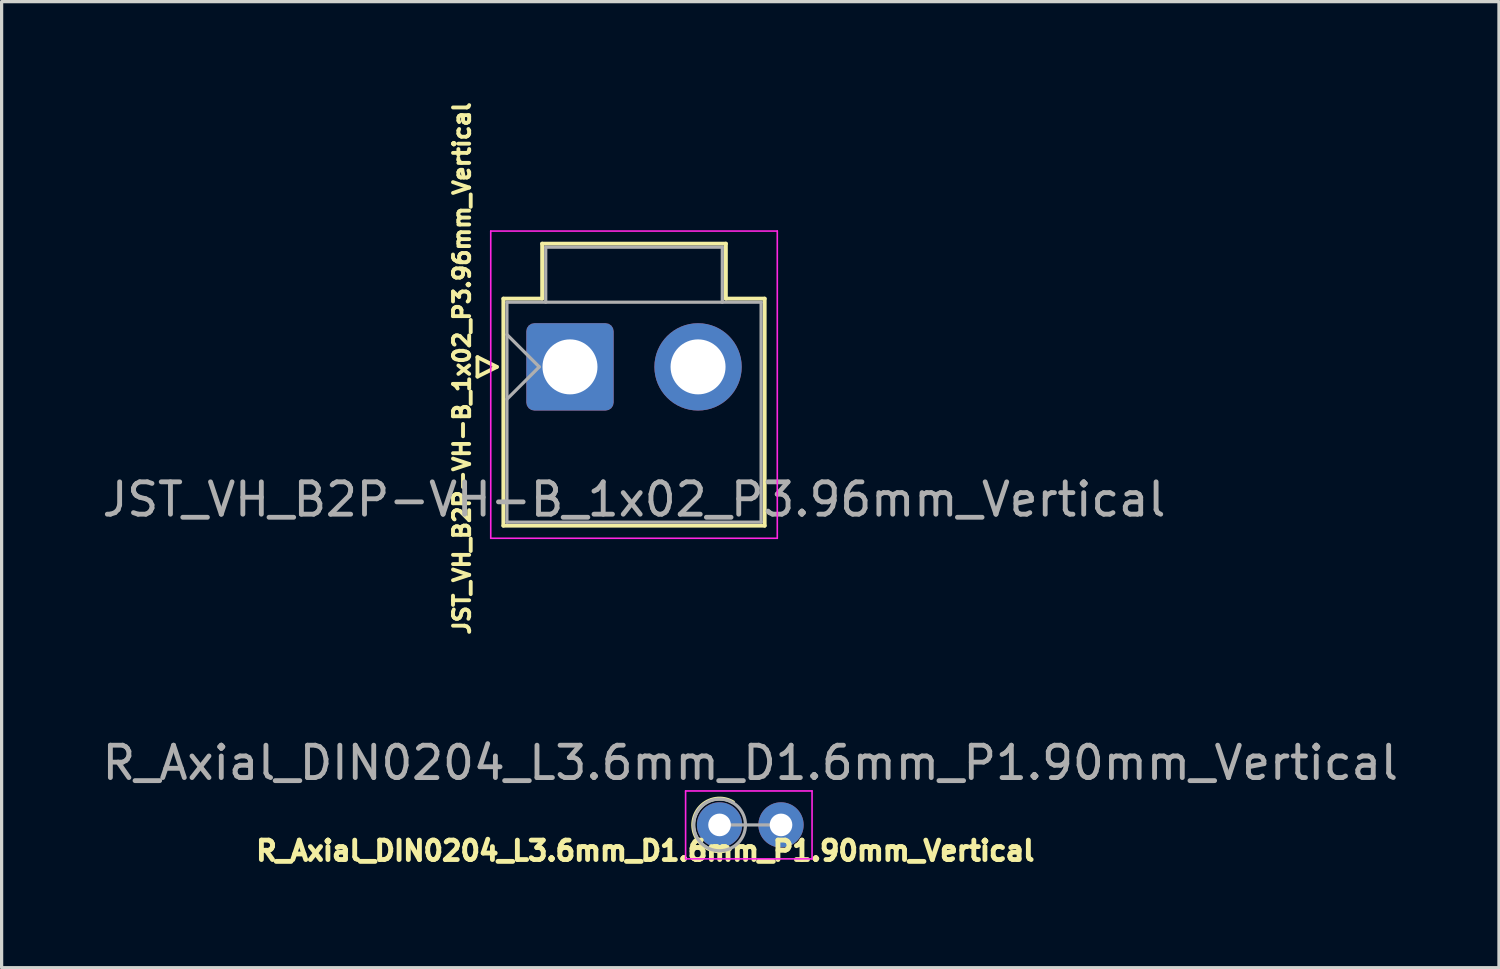
<source format=kicad_pcb>
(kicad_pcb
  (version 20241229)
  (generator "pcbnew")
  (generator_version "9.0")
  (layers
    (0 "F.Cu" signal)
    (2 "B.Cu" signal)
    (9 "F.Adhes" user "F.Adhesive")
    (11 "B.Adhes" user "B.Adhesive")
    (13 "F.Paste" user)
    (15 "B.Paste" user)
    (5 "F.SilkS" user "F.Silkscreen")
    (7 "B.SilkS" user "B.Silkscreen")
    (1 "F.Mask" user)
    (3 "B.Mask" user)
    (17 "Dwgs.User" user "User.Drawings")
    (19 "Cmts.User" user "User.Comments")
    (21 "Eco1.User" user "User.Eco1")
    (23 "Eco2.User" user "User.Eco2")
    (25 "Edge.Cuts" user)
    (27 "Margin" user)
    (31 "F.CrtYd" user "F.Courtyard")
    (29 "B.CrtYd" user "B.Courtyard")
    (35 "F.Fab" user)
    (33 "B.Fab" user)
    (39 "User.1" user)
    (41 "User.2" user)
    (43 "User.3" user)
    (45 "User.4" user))
  (footprint "R_Axial_DIN0204_L3.6mm_D1.6mm_P1.90mm_Vertical"
    (layer "F.Cu")
    (at 19.199 22.457)
    (property "Reference" "R_Axial_DIN0204_L3.6mm_D1.6mm_P1.90mm_Vertical" (at -2.295 0.8 0) (layer "F.SilkS") (effects (font (size 0.6 0.6) (thickness 0.15))))
    (attr through_hole)
    (fp_arc (start 0.320095 0.749359) (mid -0.813042 -0.054435) (end 0.417133 -0.7) (stroke (width 0.12) (type solid)) (layer "F.SilkS"))
    (fp_line (start -1.05 -1.05) (end -1.05 1.05) (stroke (width 0.05) (type solid)) (layer "F.CrtYd"))
    (fp_line (start -1.05 1.05) (end 2.86 1.05) (stroke (width 0.05) (type solid)) (layer "F.CrtYd"))
    (fp_line (start 2.86 -1.05) (end -1.05 -1.05) (stroke (width 0.05) (type solid)) (layer "F.CrtYd"))
    (fp_line (start 2.86 1.05) (end 2.86 -1.05) (stroke (width 0.05) (type solid)) (layer "F.CrtYd"))
    (fp_line (start 0 0) (end 1.9 0) (stroke (width 0.1) (type solid)) (layer "F.Fab"))
    (fp_circle (center 0 0) (end 0.8 0) (stroke (width 0.1) (type solid)) (fill no) (layer "F.Fab"))
    (fp_text user "${REFERENCE}" (at 0.95 -1.92 0) (layer "F.Fab") (effects (font (size 1 1) (thickness 0.15))))
    (pad "1" thru_hole circle (at 0 0) (size 1.4 1.4) (drill 0.7) (layers "*.Cu" "*.Mask"))
    (pad "2" thru_hole oval (at 1.9 0) (size 1.4 1.4) (drill 0.7) (layers "*.Cu" "*.Mask")))
  (footprint "JST_VH_B2P-VH-B_1x02_P3.96mm_Vertical"
    (layer "F.Cu")
    (at 14.574 8.294)
    (property "Reference" "JST_VH_B2P-VH-B_1x02_P3.96mm_Vertical" (at -3.342 0.05 90) (layer "F.SilkS") (effects (font (size 0.5 0.5) (thickness 0.12))))
    (attr through_hole)
    (fp_line (start -2.86 -0.3) (end -2.26 0) (stroke (width 0.12) (type solid)) (layer "F.SilkS"))
    (fp_line (start -2.86 0.3) (end -2.86 -0.3) (stroke (width 0.12) (type solid)) (layer "F.SilkS"))
    (fp_line (start -2.26 0) (end -2.86 0.3) (stroke (width 0.12) (type solid)) (layer "F.SilkS"))
    (fp_line (start -2.06 -2.11) (end -0.86 -2.11) (stroke (width 0.12) (type solid)) (layer "F.SilkS"))
    (fp_line (start -2.06 4.91) (end -2.06 -2.11) (stroke (width 0.12) (type solid)) (layer "F.SilkS"))
    (fp_line (start -0.86 -3.81) (end 4.82 -3.81) (stroke (width 0.12) (type solid)) (layer "F.SilkS"))
    (fp_line (start -0.86 -2.11) (end -0.86 -3.81) (stroke (width 0.12) (type solid)) (layer "F.SilkS"))
    (fp_line (start 4.82 -3.81) (end 4.82 -2.11) (stroke (width 0.12) (type solid)) (layer "F.SilkS"))
    (fp_line (start 4.82 -2.11) (end 6.02 -2.11) (stroke (width 0.12) (type solid)) (layer "F.SilkS"))
    (fp_line (start 6.02 -2.11) (end 6.02 4.91) (stroke (width 0.12) (type solid)) (layer "F.SilkS"))
    (fp_line (start 6.02 4.91) (end -2.06 4.91) (stroke (width 0.12) (type solid)) (layer "F.SilkS"))
    (fp_line (start -2.45 -4.2) (end -2.45 5.3) (stroke (width 0.05) (type solid)) (layer "F.CrtYd"))
    (fp_line (start -2.45 5.3) (end 6.41 5.3) (stroke (width 0.05) (type solid)) (layer "F.CrtYd"))
    (fp_line (start 6.41 -4.2) (end -2.45 -4.2) (stroke (width 0.05) (type solid)) (layer "F.CrtYd"))
    (fp_line (start 6.41 5.3) (end 6.41 -4.2) (stroke (width 0.05) (type solid)) (layer "F.CrtYd"))
    (fp_line (start -1.95 -2) (end -1.95 4.8) (stroke (width 0.1) (type solid)) (layer "F.Fab"))
    (fp_line (start -1.95 -1) (end -0.95 0) (stroke (width 0.1) (type solid)) (layer "F.Fab"))
    (fp_line (start -1.95 1) (end -0.95 0) (stroke (width 0.1) (type solid)) (layer "F.Fab"))
    (fp_line (start -1.95 4.8) (end 5.91 4.8) (stroke (width 0.1) (type solid)) (layer "F.Fab"))
    (fp_line (start -0.75 -3.7) (end 4.71 -3.7) (stroke (width 0.1) (type solid)) (layer "F.Fab"))
    (fp_line (start -0.75 -2) (end -0.75 -3.7) (stroke (width 0.1) (type solid)) (layer "F.Fab"))
    (fp_line (start 4.71 -3.7) (end 4.71 -2) (stroke (width 0.1) (type solid)) (layer "F.Fab"))
    (fp_line (start 5.91 -2) (end -1.95 -2) (stroke (width 0.1) (type solid)) (layer "F.Fab"))
    (fp_line (start 5.91 4.8) (end 5.91 -2) (stroke (width 0.1) (type solid)) (layer "F.Fab"))
    (fp_text user "${REFERENCE}" (at 1.98 4.1 180) (layer "F.Fab") (effects (font (size 1 1) (thickness 0.15))))
    (pad "1" thru_hole roundrect (at 0 0) (size 2.7 2.7) (drill 1.7) (layers "*.Cu" "*.Mask") (roundrect_rratio 0.093))
    (pad "2" thru_hole circle (at 3.96 0) (size 2.7 2.7) (drill 1.7) (layers "*.Cu" "*.Mask")))
  (gr_rect
    (start -3 -3)
    (end 43.298 26.871)
    (stroke (width 0.1) (type default))
    (fill no)
    (layer "Edge.Cuts")))
</source>
